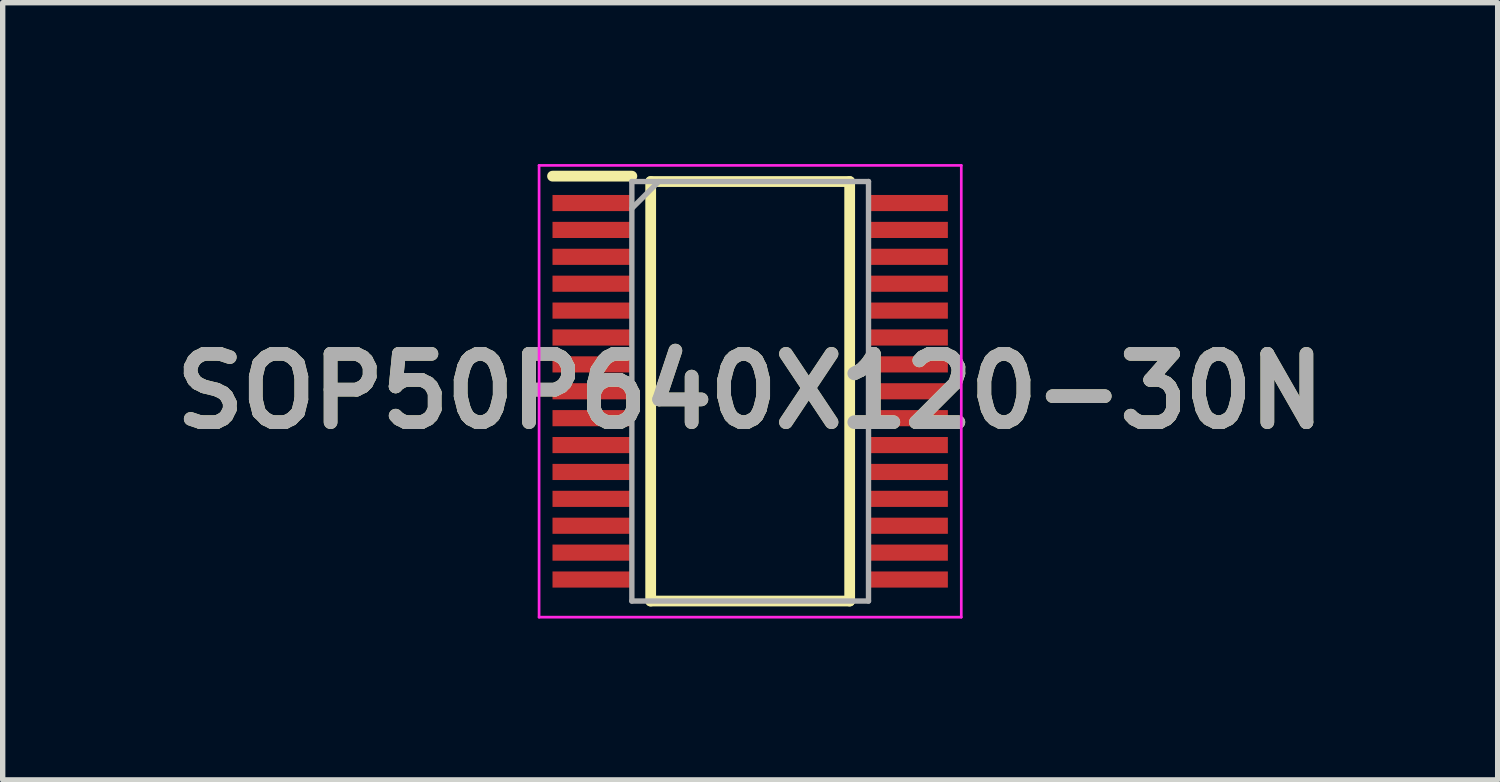
<source format=kicad_pcb>
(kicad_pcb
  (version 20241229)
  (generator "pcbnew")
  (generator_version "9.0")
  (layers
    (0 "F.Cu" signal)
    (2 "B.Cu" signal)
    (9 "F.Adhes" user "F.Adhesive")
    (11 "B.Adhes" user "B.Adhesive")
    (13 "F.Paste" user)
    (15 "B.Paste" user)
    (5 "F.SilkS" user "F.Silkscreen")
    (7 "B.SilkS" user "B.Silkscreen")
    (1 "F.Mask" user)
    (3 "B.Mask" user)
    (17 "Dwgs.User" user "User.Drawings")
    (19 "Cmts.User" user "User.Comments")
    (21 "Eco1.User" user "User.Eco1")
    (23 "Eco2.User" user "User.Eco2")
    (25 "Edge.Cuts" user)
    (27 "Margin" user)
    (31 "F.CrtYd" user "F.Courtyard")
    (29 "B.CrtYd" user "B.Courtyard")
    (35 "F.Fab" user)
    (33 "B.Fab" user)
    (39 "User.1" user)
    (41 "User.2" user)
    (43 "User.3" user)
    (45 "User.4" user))
  (footprint "SOP50P640X120-30N"
    (layer "F.Cu")
    (at 10.898 4.225)
    (property "Reference" "SOP50P640X120-30N" (at 0 0 0) (layer "F.SilkS") (effects (font (size 1.27 1.27) (thickness 0.254))))
    (attr smd)
    (fp_line (start -3.675 -4) (end -2.2 -4) (stroke (width 0.2) (type solid)) (layer "F.SilkS"))
    (fp_line (start -1.85 -3.9) (end 1.85 -3.9) (stroke (width 0.2) (type solid)) (layer "F.SilkS"))
    (fp_line (start -1.85 3.9) (end -1.85 -3.9) (stroke (width 0.2) (type solid)) (layer "F.SilkS"))
    (fp_line (start 1.85 -3.9) (end 1.85 3.9) (stroke (width 0.2) (type solid)) (layer "F.SilkS"))
    (fp_line (start 1.85 3.9) (end -1.85 3.9) (stroke (width 0.2) (type solid)) (layer "F.SilkS"))
    (fp_line (start -3.925 -4.2) (end 3.925 -4.2) (stroke (width 0.05) (type solid)) (layer "F.CrtYd"))
    (fp_line (start -3.925 4.2) (end -3.925 -4.2) (stroke (width 0.05) (type solid)) (layer "F.CrtYd"))
    (fp_line (start 3.925 -4.2) (end 3.925 4.2) (stroke (width 0.05) (type solid)) (layer "F.CrtYd"))
    (fp_line (start 3.925 4.2) (end -3.925 4.2) (stroke (width 0.05) (type solid)) (layer "F.CrtYd"))
    (fp_line (start -2.2 -3.9) (end 2.2 -3.9) (stroke (width 0.1) (type solid)) (layer "F.Fab"))
    (fp_line (start -2.2 -3.4) (end -1.7 -3.9) (stroke (width 0.1) (type solid)) (layer "F.Fab"))
    (fp_line (start -2.2 3.9) (end -2.2 -3.9) (stroke (width 0.1) (type solid)) (layer "F.Fab"))
    (fp_line (start 2.2 -3.9) (end 2.2 3.9) (stroke (width 0.1) (type solid)) (layer "F.Fab"))
    (fp_line (start 2.2 3.9) (end -2.2 3.9) (stroke (width 0.1) (type solid)) (layer "F.Fab"))
    (fp_text user "${REFERENCE}" (at 0 0 0) (layer "F.Fab") (effects (font (size 1.27 1.27) (thickness 0.254))))
    (pad "1" smd rect (at -2.938 -3.5 90) (size 0.3 1.475) (layers "F.Cu" "F.Mask" "F.Paste"))
    (pad "2" smd rect (at -2.938 -3 90) (size 0.3 1.475) (layers "F.Cu" "F.Mask" "F.Paste"))
    (pad "3" smd rect (at -2.938 -2.5 90) (size 0.3 1.475) (layers "F.Cu" "F.Mask" "F.Paste"))
    (pad "4" smd rect (at -2.938 -2 90) (size 0.3 1.475) (layers "F.Cu" "F.Mask" "F.Paste"))
    (pad "5" smd rect (at -2.938 -1.5 90) (size 0.3 1.475) (layers "F.Cu" "F.Mask" "F.Paste"))
    (pad "6" smd rect (at -2.938 -1 90) (size 0.3 1.475) (layers "F.Cu" "F.Mask" "F.Paste"))
    (pad "7" smd rect (at -2.938 -0.5 90) (size 0.3 1.475) (layers "F.Cu" "F.Mask" "F.Paste"))
    (pad "8" smd rect (at -2.938 0 90) (size 0.3 1.475) (layers "F.Cu" "F.Mask" "F.Paste"))
    (pad "9" smd rect (at -2.938 0.5 90) (size 0.3 1.475) (layers "F.Cu" "F.Mask" "F.Paste"))
    (pad "10" smd rect (at -2.938 1 90) (size 0.3 1.475) (layers "F.Cu" "F.Mask" "F.Paste"))
    (pad "11" smd rect (at -2.938 1.5 90) (size 0.3 1.475) (layers "F.Cu" "F.Mask" "F.Paste"))
    (pad "12" smd rect (at -2.938 2 90) (size 0.3 1.475) (layers "F.Cu" "F.Mask" "F.Paste"))
    (pad "13" smd rect (at -2.938 2.5 90) (size 0.3 1.475) (layers "F.Cu" "F.Mask" "F.Paste"))
    (pad "14" smd rect (at -2.938 3 90) (size 0.3 1.475) (layers "F.Cu" "F.Mask" "F.Paste"))
    (pad "15" smd rect (at -2.938 3.5 90) (size 0.3 1.475) (layers "F.Cu" "F.Mask" "F.Paste"))
    (pad "16" smd rect (at 2.938 3.5 90) (size 0.3 1.475) (layers "F.Cu" "F.Mask" "F.Paste"))
    (pad "17" smd rect (at 2.938 3 90) (size 0.3 1.475) (layers "F.Cu" "F.Mask" "F.Paste"))
    (pad "18" smd rect (at 2.938 2.5 90) (size 0.3 1.475) (layers "F.Cu" "F.Mask" "F.Paste"))
    (pad "19" smd rect (at 2.938 2 90) (size 0.3 1.475) (layers "F.Cu" "F.Mask" "F.Paste"))
    (pad "20" smd rect (at 2.938 1.5 90) (size 0.3 1.475) (layers "F.Cu" "F.Mask" "F.Paste"))
    (pad "21" smd rect (at 2.938 1 90) (size 0.3 1.475) (layers "F.Cu" "F.Mask" "F.Paste"))
    (pad "22" smd rect (at 2.938 0.5 90) (size 0.3 1.475) (layers "F.Cu" "F.Mask" "F.Paste"))
    (pad "23" smd rect (at 2.938 0 90) (size 0.3 1.475) (layers "F.Cu" "F.Mask" "F.Paste"))
    (pad "24" smd rect (at 2.938 -0.5 90) (size 0.3 1.475) (layers "F.Cu" "F.Mask" "F.Paste"))
    (pad "25" smd rect (at 2.938 -1 90) (size 0.3 1.475) (layers "F.Cu" "F.Mask" "F.Paste"))
    (pad "26" smd rect (at 2.938 -1.5 90) (size 0.3 1.475) (layers "F.Cu" "F.Mask" "F.Paste"))
    (pad "27" smd rect (at 2.938 -2 90) (size 0.3 1.475) (layers "F.Cu" "F.Mask" "F.Paste"))
    (pad "28" smd rect (at 2.938 -2.5 90) (size 0.3 1.475) (layers "F.Cu" "F.Mask" "F.Paste"))
    (pad "29" smd rect (at 2.938 -3 90) (size 0.3 1.475) (layers "F.Cu" "F.Mask" "F.Paste"))
    (pad "30" smd rect (at 2.938 -3.5 90) (size 0.3 1.475) (layers "F.Cu" "F.Mask" "F.Paste")))
  (gr_rect
    (start -3 -3)
    (end 24.796 11.45)
    (stroke (width 0.1) (type default))
    (fill no)
    (layer "Edge.Cuts")))
</source>
